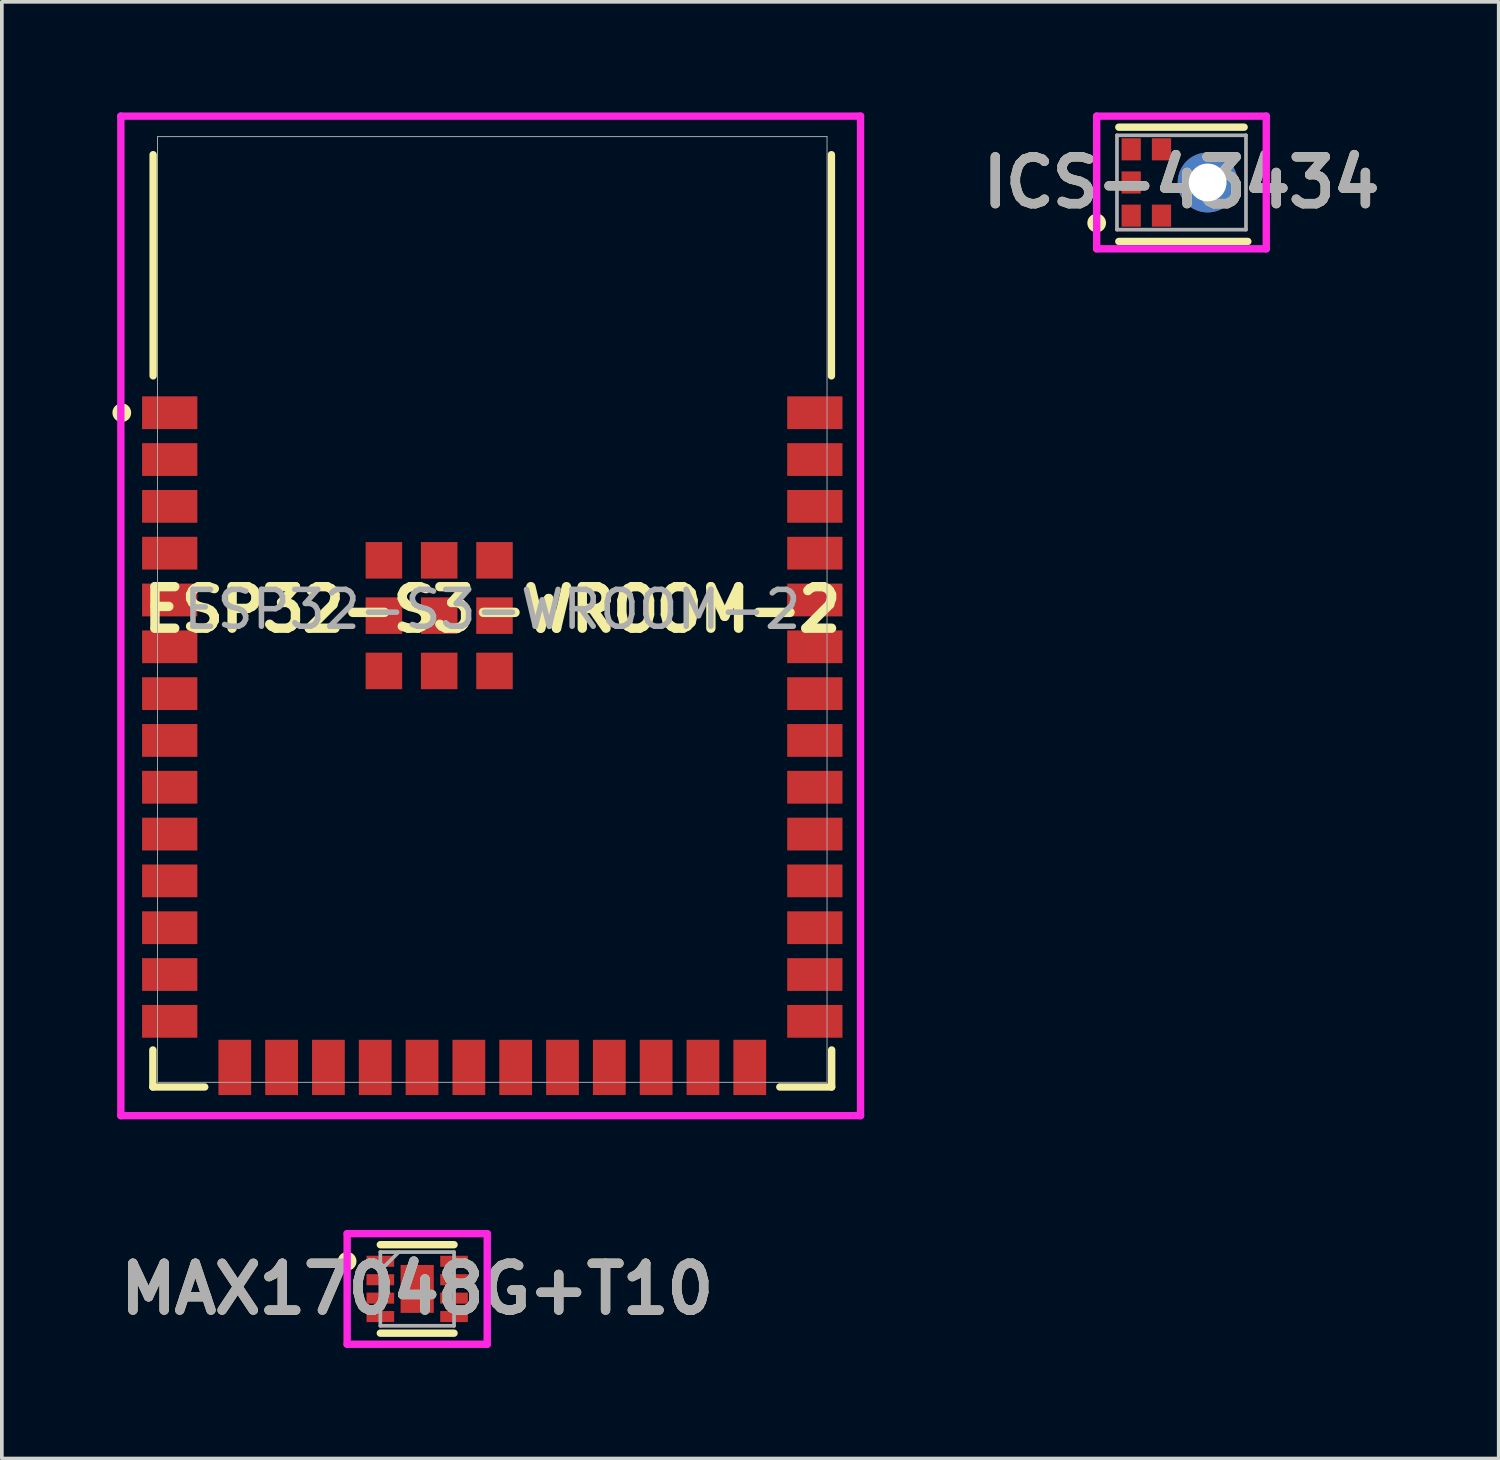
<source format=kicad_pcb>
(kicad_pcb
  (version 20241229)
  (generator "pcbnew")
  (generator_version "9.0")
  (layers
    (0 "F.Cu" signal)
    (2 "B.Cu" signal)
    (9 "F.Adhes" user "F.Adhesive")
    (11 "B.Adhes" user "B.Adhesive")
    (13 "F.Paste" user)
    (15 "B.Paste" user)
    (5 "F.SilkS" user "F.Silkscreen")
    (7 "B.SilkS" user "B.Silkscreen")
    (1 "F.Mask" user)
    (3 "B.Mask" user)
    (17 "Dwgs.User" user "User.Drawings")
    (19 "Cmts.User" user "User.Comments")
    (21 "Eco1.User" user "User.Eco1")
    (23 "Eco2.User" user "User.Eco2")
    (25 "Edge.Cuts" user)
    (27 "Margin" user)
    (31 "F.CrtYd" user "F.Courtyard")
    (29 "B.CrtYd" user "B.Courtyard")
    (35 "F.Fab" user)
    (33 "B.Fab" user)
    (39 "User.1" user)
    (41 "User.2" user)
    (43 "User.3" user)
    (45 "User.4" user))
  (footprint "MAX17048G+T10"
    (layer "F.Cu")
    (at 8.267 31.915)
    (property "Reference" "MAX17048G+T10" (at 0 0 0) (layer "F.SilkS") (effects (font (size 1.27 1.27) (thickness 0.254))))
    (attr smd)
    (fp_line (start -1 -1.2) (end 1 -1.2) (stroke (width 0.2) (type default)) (layer "F.SilkS"))
    (fp_line (start -1 1.2) (end 1 1.2) (stroke (width 0.2) (type default)) (layer "F.SilkS"))
    (fp_circle (center -1.9 -0.75) (end -1.773 -0.75) (stroke (width 0.254) (type solid)) (fill no) (layer "F.SilkS"))
    (fp_line (start -1.9 -1.5) (end 1.9 -1.5) (stroke (width 0.2) (type solid)) (layer "F.CrtYd"))
    (fp_line (start -1.9 1.5) (end -1.9 -1.5) (stroke (width 0.2) (type solid)) (layer "F.CrtYd"))
    (fp_line (start 1.9 -1.5) (end 1.9 1.5) (stroke (width 0.2) (type solid)) (layer "F.CrtYd"))
    (fp_line (start 1.9 1.5) (end -1.9 1.5) (stroke (width 0.2) (type solid)) (layer "F.CrtYd"))
    (fp_line (start -1 -1) (end 1 -1) (stroke (width 0.1) (type solid)) (layer "F.Fab"))
    (fp_line (start -1 -0.5) (end -0.5 -1) (stroke (width 0.1) (type solid)) (layer "F.Fab"))
    (fp_line (start -1 1) (end -1 -1) (stroke (width 0.1) (type solid)) (layer "F.Fab"))
    (fp_line (start 1 -1) (end 1 1) (stroke (width 0.1) (type solid)) (layer "F.Fab"))
    (fp_line (start 1 1) (end -1 1) (stroke (width 0.1) (type solid)) (layer "F.Fab"))
    (fp_text user "${REFERENCE}" (at 0 0 0) (layer "F.Fab") (effects (font (size 1.27 1.27) (thickness 0.254))))
    (pad "1" smd rect (at -1 -0.75 90) (size 0.3 0.75) (layers "F.Cu" "F.Mask" "F.Paste"))
    (pad "2" smd rect (at -1 -0.25 90) (size 0.3 0.75) (layers "F.Cu" "F.Mask" "F.Paste"))
    (pad "3" smd rect (at -1 0.25 90) (size 0.3 0.75) (layers "F.Cu" "F.Mask" "F.Paste"))
    (pad "4" smd rect (at -1 0.75 90) (size 0.3 0.75) (layers "F.Cu" "F.Mask" "F.Paste"))
    (pad "5" smd rect (at 1 0.75 90) (size 0.3 0.75) (layers "F.Cu" "F.Mask" "F.Paste"))
    (pad "6" smd rect (at 1 0.25 90) (size 0.3 0.75) (layers "F.Cu" "F.Mask" "F.Paste"))
    (pad "7" smd rect (at 1 -0.25 90) (size 0.3 0.75) (layers "F.Cu" "F.Mask" "F.Paste"))
    (pad "8" smd rect (at 1 -0.75 90) (size 0.3 0.75) (layers "F.Cu" "F.Mask" "F.Paste"))
    (pad "9" smd rect (at 0 0) (size 0.9 1.3) (layers "F.Cu" "F.Mask" "F.Paste")))
  (footprint "ICS-43434"
    (layer "F.Cu")
    (at 29 1.9)
    (property "Reference" "ICS-43434" (at 0 0 0) (layer "F.SilkS") (effects (font (size 1.27 1.27) (thickness 0.254))))
    (attr through_hole)
    (fp_line (start -1.7 -1.5) (end 1.7 -1.5) (stroke (width 0.2) (type default)) (layer "F.SilkS"))
    (fp_line (start -1.7 1.6) (end 1.8 1.6) (stroke (width 0.2) (type default)) (layer "F.SilkS"))
    (fp_circle (center -2.3 1.1) (end -2.173 1.1) (stroke (width 0.254) (type default)) (fill no) (layer "F.SilkS"))
    (fp_line (start -2.3 -1.8) (end 2.3 -1.8) (stroke (width 0.2) (type solid)) (layer "F.CrtYd"))
    (fp_line (start -2.3 1.8) (end -2.3 -1.8) (stroke (width 0.2) (type solid)) (layer "F.CrtYd"))
    (fp_line (start 2.3 -1.8) (end 2.3 1.8) (stroke (width 0.2) (type solid)) (layer "F.CrtYd"))
    (fp_line (start 2.3 1.8) (end -2.3 1.8) (stroke (width 0.2) (type solid)) (layer "F.CrtYd"))
    (fp_line (start -1.75 -1.28) (end 1.75 -1.28) (stroke (width 0.1) (type solid)) (layer "F.Fab"))
    (fp_line (start -1.75 1.28) (end -1.75 -1.28) (stroke (width 0.1) (type solid)) (layer "F.Fab"))
    (fp_line (start 1.75 -1.28) (end 1.75 1.28) (stroke (width 0.1) (type solid)) (layer "F.Fab"))
    (fp_line (start 1.75 1.28) (end -1.75 1.28) (stroke (width 0.1) (type solid)) (layer "F.Fab"))
    (fp_text user "${REFERENCE}" (at 0 0 0) (layer "F.Fab") (effects (font (size 1.27 1.27) (thickness 0.254))))
    (pad "1" smd rect (at -1.364 0.9) (size 0.522 0.6) (layers "F.Cu" "F.Mask" "F.Paste"))
    (pad "2" smd rect (at -0.542 0.9) (size 0.522 0.6) (layers "F.Cu" "F.Mask" "F.Paste"))
    (pad "3" thru_hole circle (at 0.71 0) (size 1.625 1.625) (drill 1.025) (layers "*.Cu" "*.Mask"))
    (pad "4" smd rect (at -0.542 -0.9) (size 0.522 0.6) (layers "F.Cu" "F.Mask" "F.Paste"))
    (pad "5" smd rect (at -1.364 -0.9) (size 0.522 0.6) (layers "F.Cu" "F.Mask" "F.Paste"))
    (pad "6" smd rect (at -1.364 0) (size 0.522 0.6) (layers "F.Cu" "F.Mask" "F.Paste")))
  (footprint "ESP32-S3-WROOM-2"
    (layer "F.Cu")
    (at 10.304 8.146)
    (property "Reference" "ESP32-S3-WROOM-2" (at 0 5.337 0) (unlocked yes) (layer "F.SilkS") (effects (font (size 1.127 1.127) (thickness 0.254) (bold yes))))
    (attr smd)
    (fp_line (start -9.207 17.287) (end -9.207 18.291) (stroke (width 0.2) (type solid)) (layer "F.SilkS"))
    (fp_line (start -9.207 18.291) (end -7.8 18.291) (stroke (width 0.2) (type solid)) (layer "F.SilkS"))
    (fp_line (start -9.2 -1) (end -9.2 -7) (stroke (width 0.2) (type solid)) (layer "F.SilkS"))
    (fp_line (start 7.8 18.291) (end 9.207 18.291) (stroke (width 0.2) (type solid)) (layer "F.SilkS"))
    (fp_line (start 9.2 -1) (end 9.2 -7) (stroke (width 0.2) (type solid)) (layer "F.SilkS"))
    (fp_line (start 9.207 18.291) (end 9.207 17.287) (stroke (width 0.2) (type solid)) (layer "F.SilkS"))
    (fp_circle (center -10.05 0) (end -9.923 0) (stroke (width 0.254) (type solid)) (fill no) (layer "F.SilkS"))
    (fp_line (start -10.076 -8.046) (end 9.99 -8.046) (stroke (width 0.2) (type default)) (layer "F.CrtYd"))
    (fp_line (start -10.076 19.069) (end -10.076 -8.046) (stroke (width 0.2) (type default)) (layer "F.CrtYd"))
    (fp_line (start 9.99 -8.046) (end 9.99 19.069) (stroke (width 0.2) (type default)) (layer "F.CrtYd"))
    (fp_line (start 9.99 19.069) (end -10.076 19.069) (stroke (width 0.2) (type default)) (layer "F.CrtYd"))
    (fp_line (start -9.081 -7.49) (end -9.081 18.164) (stroke (width 0.025) (type solid)) (layer "F.Fab"))
    (fp_line (start -9.081 18.164) (end 9.081 18.164) (stroke (width 0.025) (type solid)) (layer "F.Fab"))
    (fp_line (start 9.081 -7.49) (end -9.081 -7.49) (stroke (width 0.025) (type solid)) (layer "F.Fab"))
    (fp_line (start 9.081 18.164) (end 9.081 -7.49) (stroke (width 0.025) (type solid)) (layer "F.Fab"))
    (fp_text user "${REFERENCE}" (at 0 5.337 0) (unlocked yes) (layer "F.Fab") (effects (font (size 1 1) (thickness 0.15))))
    (pad "1" smd rect (at -8.75 0) (size 1.499 0.889) (layers "F.Cu" "F.Mask" "F.Paste"))
    (pad "2" smd rect (at -8.75 1.27) (size 1.499 0.889) (layers "F.Cu" "F.Mask" "F.Paste"))
    (pad "3" smd rect (at -8.75 2.54) (size 1.499 0.889) (layers "F.Cu" "F.Mask" "F.Paste"))
    (pad "4" smd rect (at -8.75 3.81) (size 1.499 0.889) (layers "F.Cu" "F.Mask" "F.Paste"))
    (pad "5" smd rect (at -8.75 5.08) (size 1.499 0.889) (layers "F.Cu" "F.Mask" "F.Paste"))
    (pad "6" smd rect (at -8.75 6.35) (size 1.499 0.889) (layers "F.Cu" "F.Mask" "F.Paste"))
    (pad "7" smd rect (at -8.75 7.62) (size 1.499 0.889) (layers "F.Cu" "F.Mask" "F.Paste"))
    (pad "8" smd rect (at -8.75 8.89) (size 1.499 0.889) (layers "F.Cu" "F.Mask" "F.Paste"))
    (pad "9" smd rect (at -8.75 10.16) (size 1.499 0.889) (layers "F.Cu" "F.Mask" "F.Paste"))
    (pad "10" smd rect (at -8.75 11.43) (size 1.499 0.889) (layers "F.Cu" "F.Mask" "F.Paste"))
    (pad "11" smd rect (at -8.75 12.7) (size 1.499 0.889) (layers "F.Cu" "F.Mask" "F.Paste"))
    (pad "12" smd rect (at -8.75 13.97) (size 1.499 0.889) (layers "F.Cu" "F.Mask" "F.Paste"))
    (pad "13" smd rect (at -8.75 15.24) (size 1.499 0.889) (layers "F.Cu" "F.Mask" "F.Paste"))
    (pad "14" smd rect (at -8.75 16.51) (size 1.499 0.889) (layers "F.Cu" "F.Mask" "F.Paste"))
    (pad "15" smd rect (at -6.985 17.76) (size 0.889 1.499) (layers "F.Cu" "F.Mask" "F.Paste"))
    (pad "16" smd rect (at -5.715 17.76) (size 0.889 1.499) (layers "F.Cu" "F.Mask" "F.Paste"))
    (pad "17" smd rect (at -4.445 17.76) (size 0.889 1.499) (layers "F.Cu" "F.Mask" "F.Paste"))
    (pad "18" smd rect (at -3.175 17.76) (size 0.889 1.499) (layers "F.Cu" "F.Mask" "F.Paste"))
    (pad "19" smd rect (at -1.905 17.76) (size 0.889 1.499) (layers "F.Cu" "F.Mask" "F.Paste"))
    (pad "20" smd rect (at -0.635 17.76) (size 0.889 1.499) (layers "F.Cu" "F.Mask" "F.Paste"))
    (pad "21" smd rect (at 0.635 17.76) (size 0.889 1.499) (layers "F.Cu" "F.Mask" "F.Paste"))
    (pad "22" smd rect (at 1.905 17.76) (size 0.889 1.499) (layers "F.Cu" "F.Mask" "F.Paste"))
    (pad "23" smd rect (at 3.175 17.76) (size 0.889 1.499) (layers "F.Cu" "F.Mask" "F.Paste"))
    (pad "24" smd rect (at 4.445 17.76) (size 0.889 1.499) (layers "F.Cu" "F.Mask" "F.Paste"))
    (pad "25" smd rect (at 5.715 17.76) (size 0.889 1.499) (layers "F.Cu" "F.Mask" "F.Paste"))
    (pad "26" smd rect (at 6.985 17.76) (size 0.889 1.499) (layers "F.Cu" "F.Mask" "F.Paste"))
    (pad "27" smd rect (at 8.75 16.51) (size 1.499 0.889) (layers "F.Cu" "F.Mask" "F.Paste"))
    (pad "28" smd rect (at 8.75 15.24) (size 1.499 0.889) (layers "F.Cu" "F.Mask" "F.Paste"))
    (pad "29" smd rect (at 8.75 13.97) (size 1.499 0.889) (layers "F.Cu" "F.Mask" "F.Paste"))
    (pad "30" smd rect (at 8.75 12.7) (size 1.499 0.889) (layers "F.Cu" "F.Mask" "F.Paste"))
    (pad "31" smd rect (at 8.75 11.43) (size 1.499 0.889) (layers "F.Cu" "F.Mask" "F.Paste"))
    (pad "32" smd rect (at 8.75 10.16) (size 1.499 0.889) (layers "F.Cu" "F.Mask" "F.Paste"))
    (pad "33" smd rect (at 8.75 8.89) (size 1.499 0.889) (layers "F.Cu" "F.Mask" "F.Paste"))
    (pad "34" smd rect (at 8.75 7.62) (size 1.499 0.889) (layers "F.Cu" "F.Mask" "F.Paste"))
    (pad "35" smd rect (at 8.75 6.35) (size 1.499 0.889) (layers "F.Cu" "F.Mask" "F.Paste"))
    (pad "36" smd rect (at 8.75 5.08) (size 1.499 0.889) (layers "F.Cu" "F.Mask" "F.Paste"))
    (pad "37" smd rect (at 8.75 3.81) (size 1.499 0.889) (layers "F.Cu" "F.Mask" "F.Paste"))
    (pad "38" smd rect (at 8.75 2.54) (size 1.499 0.889) (layers "F.Cu" "F.Mask" "F.Paste"))
    (pad "39" smd rect (at 8.75 1.27) (size 1.499 0.889) (layers "F.Cu" "F.Mask" "F.Paste"))
    (pad "40" smd rect (at 8.75 0) (size 1.499 0.889) (layers "F.Cu" "F.Mask" "F.Paste"))
    (pad "41" smd rect (at -2.94 4.004) (size 0.991 0.991) (layers "F.Cu" "F.Mask" "F.Paste"))
    (pad "41" smd rect (at -2.94 5.504) (size 0.991 0.991) (layers "F.Cu" "F.Mask" "F.Paste"))
    (pad "41" smd rect (at -2.94 7.004) (size 0.991 0.991) (layers "F.Cu" "F.Mask" "F.Paste"))
    (pad "41" smd rect (at -1.44 4.004) (size 0.991 0.991) (layers "F.Cu" "F.Mask" "F.Paste"))
    (pad "41" smd rect (at -1.44 5.504) (size 0.991 0.991) (layers "F.Cu" "F.Mask" "F.Paste"))
    (pad "41" smd rect (at -1.44 7.004) (size 0.991 0.991) (layers "F.Cu" "F.Mask" "F.Paste"))
    (pad "41" smd rect (at 0.06 4.004) (size 0.991 0.991) (layers "F.Cu" "F.Mask" "F.Paste"))
    (pad "41" smd rect (at 0.06 5.504) (size 0.991 0.991) (layers "F.Cu" "F.Mask" "F.Paste"))
    (pad "41" smd rect (at 0.06 7.004) (size 0.991 0.991) (layers "F.Cu" "F.Mask" "F.Paste")))
  (gr_rect
    (start -3 -3)
    (end 37.606 36.515)
    (stroke (width 0.1) (type default))
    (fill no)
    (layer "Edge.Cuts")))
</source>
